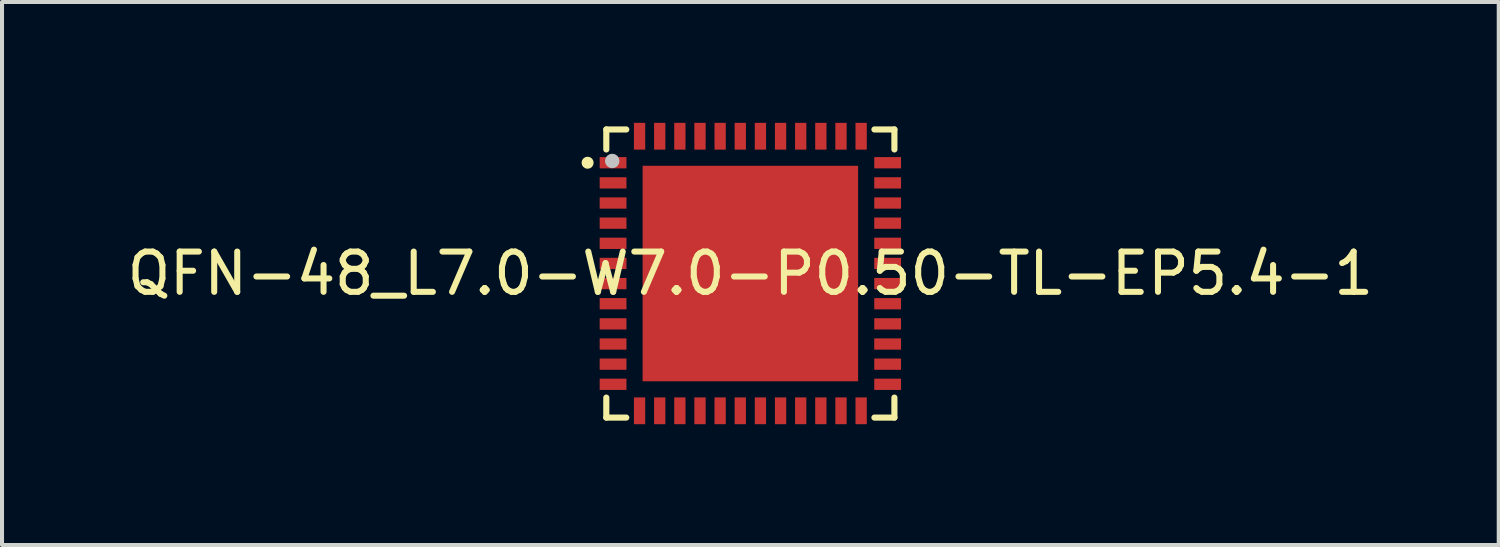
<source format=kicad_pcb>
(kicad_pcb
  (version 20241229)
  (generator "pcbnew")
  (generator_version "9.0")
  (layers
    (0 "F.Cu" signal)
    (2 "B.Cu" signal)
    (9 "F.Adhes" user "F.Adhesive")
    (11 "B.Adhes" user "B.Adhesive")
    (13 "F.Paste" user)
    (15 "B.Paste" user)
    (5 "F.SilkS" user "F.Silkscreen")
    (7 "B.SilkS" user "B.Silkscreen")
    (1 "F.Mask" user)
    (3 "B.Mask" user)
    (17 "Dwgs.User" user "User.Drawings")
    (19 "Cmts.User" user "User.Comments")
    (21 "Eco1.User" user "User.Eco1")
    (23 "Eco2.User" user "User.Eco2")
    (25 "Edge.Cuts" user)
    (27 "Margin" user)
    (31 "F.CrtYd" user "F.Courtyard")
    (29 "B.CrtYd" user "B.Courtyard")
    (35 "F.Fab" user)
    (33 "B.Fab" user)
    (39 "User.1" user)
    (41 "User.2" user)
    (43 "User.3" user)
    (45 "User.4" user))
  (footprint "QFN-48_L7.0-W7.0-P0.50-TL-EP5.4-1"
    (layer "F.Cu")
    (at 15.577 3.74)
    (property "Reference" "QFN-48_L7.0-W7.0-P0.50-TL-EP5.4-1" (at 0 0 0) (layer "F.SilkS") (effects (font (size 1 1) (thickness 0.15))))
    (fp_line (start -3.576 -3.576) (end -3.576 -3.08) (stroke (width 0.152) (type default)) (layer "F.SilkS"))
    (fp_line (start -3.576 3.576) (end -3.576 3.08) (stroke (width 0.152) (type default)) (layer "F.SilkS"))
    (fp_line (start -3.08 -3.576) (end -3.576 -3.576) (stroke (width 0.152) (type default)) (layer "F.SilkS"))
    (fp_line (start -3.08 3.576) (end -3.576 3.576) (stroke (width 0.152) (type default)) (layer "F.SilkS"))
    (fp_line (start 3.08 -3.576) (end 3.576 -3.576) (stroke (width 0.152) (type default)) (layer "F.SilkS"))
    (fp_line (start 3.08 3.576) (end 3.576 3.576) (stroke (width 0.152) (type default)) (layer "F.SilkS"))
    (fp_line (start 3.576 -3.576) (end 3.576 -3.08) (stroke (width 0.152) (type default)) (layer "F.SilkS"))
    (fp_line (start 3.576 3.576) (end 3.576 3.08) (stroke (width 0.152) (type default)) (layer "F.SilkS"))
    (fp_circle (center -4.04 -2.75) (end -3.965 -2.75) (stroke (width 0.15) (type default)) (fill no) (layer "F.SilkS"))
    (fp_poly (pts (xy -3.075 -2.61) (xy -3.075 -2.89) (xy -3.74 -2.89) (xy -3.74 -2.61)) (stroke (width 0) (type default)) (fill yes) (layer "F.Paste"))
    (fp_poly (pts (xy -3.075 -2.11) (xy -3.075 -2.39) (xy -3.74 -2.39) (xy -3.74 -2.11)) (stroke (width 0) (type default)) (fill yes) (layer "F.Paste"))
    (fp_poly (pts (xy -3.075 -1.61) (xy -3.075 -1.89) (xy -3.74 -1.89) (xy -3.74 -1.61)) (stroke (width 0) (type default)) (fill yes) (layer "F.Paste"))
    (fp_poly (pts (xy -3.075 -1.11) (xy -3.075 -1.39) (xy -3.74 -1.39) (xy -3.74 -1.11)) (stroke (width 0) (type default)) (fill yes) (layer "F.Paste"))
    (fp_poly (pts (xy -3.075 -0.61) (xy -3.075 -0.89) (xy -3.74 -0.89) (xy -3.74 -0.61)) (stroke (width 0) (type default)) (fill yes) (layer "F.Paste"))
    (fp_poly (pts (xy -3.075 -0.11) (xy -3.075 -0.39) (xy -3.74 -0.39) (xy -3.74 -0.11)) (stroke (width 0) (type default)) (fill yes) (layer "F.Paste"))
    (fp_poly (pts (xy -3.075 0.39) (xy -3.075 0.11) (xy -3.74 0.11) (xy -3.74 0.39)) (stroke (width 0) (type default)) (fill yes) (layer "F.Paste"))
    (fp_poly (pts (xy -3.075 0.89) (xy -3.075 0.61) (xy -3.74 0.61) (xy -3.74 0.89)) (stroke (width 0) (type default)) (fill yes) (layer "F.Paste"))
    (fp_poly (pts (xy -3.075 1.39) (xy -3.075 1.11) (xy -3.74 1.11) (xy -3.74 1.39)) (stroke (width 0) (type default)) (fill yes) (layer "F.Paste"))
    (fp_poly (pts (xy -3.075 1.89) (xy -3.075 1.61) (xy -3.74 1.61) (xy -3.74 1.89)) (stroke (width 0) (type default)) (fill yes) (layer "F.Paste"))
    (fp_poly (pts (xy -3.075 2.39) (xy -3.075 2.11) (xy -3.74 2.11) (xy -3.74 2.39)) (stroke (width 0) (type default)) (fill yes) (layer "F.Paste"))
    (fp_poly (pts (xy -3.075 2.89) (xy -3.075 2.61) (xy -3.74 2.61) (xy -3.74 2.89)) (stroke (width 0) (type default)) (fill yes) (layer "F.Paste"))
    (fp_poly (pts (xy -2.89 -3.74) (xy -2.89 -3.075) (xy -2.61 -3.075) (xy -2.61 -3.74)) (stroke (width 0) (type default)) (fill yes) (layer "F.Paste"))
    (fp_poly (pts (xy -2.89 3.075) (xy -2.89 3.74) (xy -2.61 3.74) (xy -2.61 3.075)) (stroke (width 0) (type default)) (fill yes) (layer "F.Paste"))
    (fp_poly (pts (xy -2.39 -3.74) (xy -2.39 -3.075) (xy -2.11 -3.075) (xy -2.11 -3.74)) (stroke (width 0) (type default)) (fill yes) (layer "F.Paste"))
    (fp_poly (pts (xy -2.11 3.74) (xy -2.11 3.075) (xy -2.39 3.075) (xy -2.39 3.74)) (stroke (width 0) (type default)) (fill yes) (layer "F.Paste"))
    (fp_poly (pts (xy -1.89 -3.74) (xy -1.89 -3.075) (xy -1.61 -3.075) (xy -1.61 -3.74)) (stroke (width 0) (type default)) (fill yes) (layer "F.Paste"))
    (fp_poly (pts (xy -1.61 3.74) (xy -1.61 3.075) (xy -1.89 3.075) (xy -1.89 3.74)) (stroke (width 0) (type default)) (fill yes) (layer "F.Paste"))
    (fp_poly (pts (xy -1.11 -3.075) (xy -1.11 -3.74) (xy -1.39 -3.74) (xy -1.39 -3.075)) (stroke (width 0) (type default)) (fill yes) (layer "F.Paste"))
    (fp_poly (pts (xy -1.11 3.74) (xy -1.11 3.075) (xy -1.39 3.075) (xy -1.39 3.74)) (stroke (width 0) (type default)) (fill yes) (layer "F.Paste"))
    (fp_poly (pts (xy -0.61 -3.075) (xy -0.61 -3.74) (xy -0.89 -3.74) (xy -0.89 -3.075)) (stroke (width 0) (type default)) (fill yes) (layer "F.Paste"))
    (fp_poly (pts (xy -0.61 3.74) (xy -0.61 3.075) (xy -0.89 3.075) (xy -0.89 3.74)) (stroke (width 0) (type default)) (fill yes) (layer "F.Paste"))
    (fp_poly (pts (xy -0.11 -3.075) (xy -0.11 -3.74) (xy -0.39 -3.74) (xy -0.39 -3.075)) (stroke (width 0) (type default)) (fill yes) (layer "F.Paste"))
    (fp_poly (pts (xy -0.11 3.74) (xy -0.11 3.075) (xy -0.39 3.075) (xy -0.39 3.74)) (stroke (width 0) (type default)) (fill yes) (layer "F.Paste"))
    (fp_poly (pts (xy 0.39 -3.075) (xy 0.39 -3.74) (xy 0.11 -3.74) (xy 0.11 -3.075)) (stroke (width 0) (type default)) (fill yes) (layer "F.Paste"))
    (fp_poly (pts (xy 0.39 3.74) (xy 0.39 3.075) (xy 0.11 3.075) (xy 0.11 3.74)) (stroke (width 0) (type default)) (fill yes) (layer "F.Paste"))
    (fp_poly (pts (xy 0.89 -3.075) (xy 0.89 -3.74) (xy 0.61 -3.74) (xy 0.61 -3.075)) (stroke (width 0) (type default)) (fill yes) (layer "F.Paste"))
    (fp_poly (pts (xy 0.89 3.74) (xy 0.89 3.075) (xy 0.61 3.075) (xy 0.61 3.74)) (stroke (width 0) (type default)) (fill yes) (layer "F.Paste"))
    (fp_poly (pts (xy 1.39 -3.075) (xy 1.39 -3.74) (xy 1.11 -3.74) (xy 1.11 -3.075)) (stroke (width 0) (type default)) (fill yes) (layer "F.Paste"))
    (fp_poly (pts (xy 1.39 3.74) (xy 1.39 3.075) (xy 1.11 3.075) (xy 1.11 3.74)) (stroke (width 0) (type default)) (fill yes) (layer "F.Paste"))
    (fp_poly (pts (xy 1.61 3.075) (xy 1.61 3.74) (xy 1.89 3.74) (xy 1.89 3.075)) (stroke (width 0) (type default)) (fill yes) (layer "F.Paste"))
    (fp_poly (pts (xy 1.89 -3.075) (xy 1.89 -3.74) (xy 1.61 -3.74) (xy 1.61 -3.075)) (stroke (width 0) (type default)) (fill yes) (layer "F.Paste"))
    (fp_poly (pts (xy 2.11 3.075) (xy 2.11 3.74) (xy 2.39 3.74) (xy 2.39 3.075)) (stroke (width 0) (type default)) (fill yes) (layer "F.Paste"))
    (fp_poly (pts (xy 2.14 2.14) (xy 2.14 -2.14) (xy -2.14 -2.14) (xy -2.14 2.14)) (stroke (width 0) (type default)) (fill yes) (layer "F.Paste"))
    (fp_poly (pts (xy 2.39 -3.075) (xy 2.39 -3.74) (xy 2.11 -3.74) (xy 2.11 -3.075)) (stroke (width 0) (type default)) (fill yes) (layer "F.Paste"))
    (fp_poly (pts (xy 2.61 3.075) (xy 2.61 3.74) (xy 2.89 3.74) (xy 2.89 3.075)) (stroke (width 0) (type default)) (fill yes) (layer "F.Paste"))
    (fp_poly (pts (xy 2.89 -3.075) (xy 2.89 -3.74) (xy 2.61 -3.74) (xy 2.61 -3.075)) (stroke (width 0) (type default)) (fill yes) (layer "F.Paste"))
    (fp_poly (pts (xy 3.075 -2.89) (xy 3.075 -2.61) (xy 3.74 -2.61) (xy 3.74 -2.89)) (stroke (width 0) (type default)) (fill yes) (layer "F.Paste"))
    (fp_poly (pts (xy 3.075 -2.39) (xy 3.075 -2.11) (xy 3.74 -2.11) (xy 3.74 -2.39)) (stroke (width 0) (type default)) (fill yes) (layer "F.Paste"))
    (fp_poly (pts (xy 3.075 -1.89) (xy 3.075 -1.61) (xy 3.74 -1.61) (xy 3.74 -1.89)) (stroke (width 0) (type default)) (fill yes) (layer "F.Paste"))
    (fp_poly (pts (xy 3.075 -1.39) (xy 3.075 -1.11) (xy 3.74 -1.11) (xy 3.74 -1.39)) (stroke (width 0) (type default)) (fill yes) (layer "F.Paste"))
    (fp_poly (pts (xy 3.075 -0.89) (xy 3.075 -0.61) (xy 3.74 -0.61) (xy 3.74 -0.89)) (stroke (width 0) (type default)) (fill yes) (layer "F.Paste"))
    (fp_poly (pts (xy 3.075 0.11) (xy 3.075 0.39) (xy 3.74 0.39) (xy 3.74 0.11)) (stroke (width 0) (type default)) (fill yes) (layer "F.Paste"))
    (fp_poly (pts (xy 3.075 0.61) (xy 3.075 0.89) (xy 3.74 0.89) (xy 3.74 0.61)) (stroke (width 0) (type default)) (fill yes) (layer "F.Paste"))
    (fp_poly (pts (xy 3.075 1.11) (xy 3.075 1.39) (xy 3.74 1.39) (xy 3.74 1.11)) (stroke (width 0) (type default)) (fill yes) (layer "F.Paste"))
    (fp_poly (pts (xy 3.075 1.61) (xy 3.075 1.89) (xy 3.74 1.89) (xy 3.74 1.61)) (stroke (width 0) (type default)) (fill yes) (layer "F.Paste"))
    (fp_poly (pts (xy 3.075 2.11) (xy 3.075 2.39) (xy 3.74 2.39) (xy 3.74 2.11)) (stroke (width 0) (type default)) (fill yes) (layer "F.Paste"))
    (fp_poly (pts (xy 3.075 2.61) (xy 3.075 2.89) (xy 3.74 2.89) (xy 3.74 2.61)) (stroke (width 0) (type default)) (fill yes) (layer "F.Paste"))
    (fp_poly (pts (xy 3.74 -0.11) (xy 3.74 -0.39) (xy 3.075 -0.39) (xy 3.075 -0.11)) (stroke (width 0) (type default)) (fill yes) (layer "F.Paste"))
    (fp_circle (center -3.429 -2.794) (end -3.339 -2.794) (stroke (width 0.18) (type default)) (fill no) (layer "Dwgs.User"))
    (fp_poly (pts (xy -3.1 -2.65) (xy -3.5 -2.65) (xy -3.5 -2.85) (xy -3.1 -2.85)) (stroke (width 0.1) (type default)) (fill no) (layer "User.1"))
    (fp_poly (pts (xy -3.1 -2.15) (xy -3.5 -2.15) (xy -3.5 -2.35) (xy -3.1 -2.35)) (stroke (width 0.1) (type default)) (fill no) (layer "User.1"))
    (fp_poly (pts (xy -3.1 -1.65) (xy -3.5 -1.65) (xy -3.5 -1.85) (xy -3.1 -1.85)) (stroke (width 0.1) (type default)) (fill no) (layer "User.1"))
    (fp_poly (pts (xy -3.1 -1.15) (xy -3.5 -1.15) (xy -3.5 -1.35) (xy -3.1 -1.35)) (stroke (width 0.1) (type default)) (fill no) (layer "User.1"))
    (fp_poly (pts (xy -3.1 -0.65) (xy -3.5 -0.65) (xy -3.5 -0.85) (xy -3.1 -0.85)) (stroke (width 0.1) (type default)) (fill no) (layer "User.1"))
    (fp_poly (pts (xy -3.1 -0.15) (xy -3.5 -0.15) (xy -3.5 -0.35) (xy -3.1 -0.35)) (stroke (width 0.1) (type default)) (fill no) (layer "User.1"))
    (fp_poly (pts (xy -3.1 0.35) (xy -3.5 0.35) (xy -3.5 0.15) (xy -3.1 0.15)) (stroke (width 0.1) (type default)) (fill no) (layer "User.1"))
    (fp_poly (pts (xy -3.1 0.85) (xy -3.5 0.85) (xy -3.5 0.65) (xy -3.1 0.65)) (stroke (width 0.1) (type default)) (fill no) (layer "User.1"))
    (fp_poly (pts (xy -3.1 1.35) (xy -3.5 1.35) (xy -3.5 1.15) (xy -3.1 1.15)) (stroke (width 0.1) (type default)) (fill no) (layer "User.1"))
    (fp_poly (pts (xy -3.1 1.85) (xy -3.5 1.85) (xy -3.5 1.65) (xy -3.1 1.65)) (stroke (width 0.1) (type default)) (fill no) (layer "User.1"))
    (fp_poly (pts (xy -3.1 2.35) (xy -3.5 2.35) (xy -3.5 2.15) (xy -3.1 2.15)) (stroke (width 0.1) (type default)) (fill no) (layer "User.1"))
    (fp_poly (pts (xy -3.1 2.85) (xy -3.5 2.85) (xy -3.5 2.65) (xy -3.1 2.65)) (stroke (width 0.1) (type default)) (fill no) (layer "User.1"))
    (fp_poly (pts (xy -2.85 -3.1) (xy -2.85 -3.5) (xy -2.65 -3.5) (xy -2.65 -3.1)) (stroke (width 0.1) (type default)) (fill no) (layer "User.1"))
    (fp_poly (pts (xy -2.675 -2.675) (xy 2.675 -2.675) (xy 2.675 2.675) (xy -2.675 2.675)) (stroke (width 0.1) (type default)) (fill no) (layer "User.1"))
    (fp_poly (pts (xy -2.65 3.1) (xy -2.65 3.5) (xy -2.85 3.5) (xy -2.85 3.1)) (stroke (width 0.1) (type default)) (fill no) (layer "User.1"))
    (fp_poly (pts (xy -2.35 -3.1) (xy -2.35 -3.5) (xy -2.15 -3.5) (xy -2.15 -3.1)) (stroke (width 0.1) (type default)) (fill no) (layer "User.1"))
    (fp_poly (pts (xy -2.15 3.1) (xy -2.15 3.5) (xy -2.35 3.5) (xy -2.35 3.1)) (stroke (width 0.1) (type default)) (fill no) (layer "User.1"))
    (fp_poly (pts (xy -1.85 -3.1) (xy -1.85 -3.5) (xy -1.65 -3.5) (xy -1.65 -3.1)) (stroke (width 0.1) (type default)) (fill no) (layer "User.1"))
    (fp_poly (pts (xy -1.65 3.1) (xy -1.65 3.5) (xy -1.85 3.5) (xy -1.85 3.1)) (stroke (width 0.1) (type default)) (fill no) (layer "User.1"))
    (fp_poly (pts (xy -1.35 -3.1) (xy -1.35 -3.5) (xy -1.15 -3.5) (xy -1.15 -3.1)) (stroke (width 0.1) (type default)) (fill no) (layer "User.1"))
    (fp_poly (pts (xy -1.15 3.1) (xy -1.15 3.5) (xy -1.35 3.5) (xy -1.35 3.1)) (stroke (width 0.1) (type default)) (fill no) (layer "User.1"))
    (fp_poly (pts (xy -0.85 -3.1) (xy -0.85 -3.5) (xy -0.65 -3.5) (xy -0.65 -3.1)) (stroke (width 0.1) (type default)) (fill no) (layer "User.1"))
    (fp_poly (pts (xy -0.65 3.1) (xy -0.65 3.5) (xy -0.85 3.5) (xy -0.85 3.1)) (stroke (width 0.1) (type default)) (fill no) (layer "User.1"))
    (fp_poly (pts (xy -0.35 -3.1) (xy -0.35 -3.5) (xy -0.15 -3.5) (xy -0.15 -3.1)) (stroke (width 0.1) (type default)) (fill no) (layer "User.1"))
    (fp_poly (pts (xy -0.15 3.1) (xy -0.15 3.5) (xy -0.35 3.5) (xy -0.35 3.1)) (stroke (width 0.1) (type default)) (fill no) (layer "User.1"))
    (fp_poly (pts (xy 0.15 -3.1) (xy 0.15 -3.5) (xy 0.35 -3.5) (xy 0.35 -3.1)) (stroke (width 0.1) (type default)) (fill no) (layer "User.1"))
    (fp_poly (pts (xy 0.35 3.1) (xy 0.35 3.5) (xy 0.15 3.5) (xy 0.15 3.1)) (stroke (width 0.1) (type default)) (fill no) (layer "User.1"))
    (fp_poly (pts (xy 0.65 -3.1) (xy 0.65 -3.5) (xy 0.85 -3.5) (xy 0.85 -3.1)) (stroke (width 0.1) (type default)) (fill no) (layer "User.1"))
    (fp_poly (pts (xy 0.85 3.1) (xy 0.85 3.5) (xy 0.65 3.5) (xy 0.65 3.1)) (stroke (width 0.1) (type default)) (fill no) (layer "User.1"))
    (fp_poly (pts (xy 1.15 -3.1) (xy 1.15 -3.5) (xy 1.35 -3.5) (xy 1.35 -3.1)) (stroke (width 0.1) (type default)) (fill no) (layer "User.1"))
    (fp_poly (pts (xy 1.35 3.1) (xy 1.35 3.5) (xy 1.15 3.5) (xy 1.15 3.1)) (stroke (width 0.1) (type default)) (fill no) (layer "User.1"))
    (fp_poly (pts (xy 1.65 -3.1) (xy 1.65 -3.5) (xy 1.85 -3.5) (xy 1.85 -3.1)) (stroke (width 0.1) (type default)) (fill no) (layer "User.1"))
    (fp_poly (pts (xy 1.85 3.1) (xy 1.85 3.5) (xy 1.65 3.5) (xy 1.65 3.1)) (stroke (width 0.1) (type default)) (fill no) (layer "User.1"))
    (fp_poly (pts (xy 2.15 -3.1) (xy 2.15 -3.5) (xy 2.35 -3.5) (xy 2.35 -3.1)) (stroke (width 0.1) (type default)) (fill no) (layer "User.1"))
    (fp_poly (pts (xy 2.35 3.1) (xy 2.35 3.5) (xy 2.15 3.5) (xy 2.15 3.1)) (stroke (width 0.1) (type default)) (fill no) (layer "User.1"))
    (fp_poly (pts (xy 2.65 -3.1) (xy 2.65 -3.5) (xy 2.85 -3.5) (xy 2.85 -3.1)) (stroke (width 0.1) (type default)) (fill no) (layer "User.1"))
    (fp_poly (pts (xy 2.85 3.1) (xy 2.85 3.5) (xy 2.65 3.5) (xy 2.65 3.1)) (stroke (width 0.1) (type default)) (fill no) (layer "User.1"))
    (fp_poly (pts (xy 3.1 -2.85) (xy 3.5 -2.85) (xy 3.5 -2.65) (xy 3.1 -2.65)) (stroke (width 0.1) (type default)) (fill no) (layer "User.1"))
    (fp_poly (pts (xy 3.1 -2.35) (xy 3.5 -2.35) (xy 3.5 -2.15) (xy 3.1 -2.15)) (stroke (width 0.1) (type default)) (fill no) (layer "User.1"))
    (fp_poly (pts (xy 3.1 -1.85) (xy 3.5 -1.85) (xy 3.5 -1.65) (xy 3.1 -1.65)) (stroke (width 0.1) (type default)) (fill no) (layer "User.1"))
    (fp_poly (pts (xy 3.1 -1.35) (xy 3.5 -1.35) (xy 3.5 -1.15) (xy 3.1 -1.15)) (stroke (width 0.1) (type default)) (fill no) (layer "User.1"))
    (fp_poly (pts (xy 3.1 -0.85) (xy 3.5 -0.85) (xy 3.5 -0.65) (xy 3.1 -0.65)) (stroke (width 0.1) (type default)) (fill no) (layer "User.1"))
    (fp_poly (pts (xy 3.1 -0.35) (xy 3.5 -0.35) (xy 3.5 -0.15) (xy 3.1 -0.15)) (stroke (width 0.1) (type default)) (fill no) (layer "User.1"))
    (fp_poly (pts (xy 3.1 0.15) (xy 3.5 0.15) (xy 3.5 0.35) (xy 3.1 0.35)) (stroke (width 0.1) (type default)) (fill no) (layer "User.1"))
    (fp_poly (pts (xy 3.1 0.65) (xy 3.5 0.65) (xy 3.5 0.85) (xy 3.1 0.85)) (stroke (width 0.1) (type default)) (fill no) (layer "User.1"))
    (fp_poly (pts (xy 3.1 1.15) (xy 3.5 1.15) (xy 3.5 1.35) (xy 3.1 1.35)) (stroke (width 0.1) (type default)) (fill no) (layer "User.1"))
    (fp_poly (pts (xy 3.1 1.65) (xy 3.5 1.65) (xy 3.5 1.85) (xy 3.1 1.85)) (stroke (width 0.1) (type default)) (fill no) (layer "User.1"))
    (fp_poly (pts (xy 3.1 2.15) (xy 3.5 2.15) (xy 3.5 2.35) (xy 3.1 2.35)) (stroke (width 0.1) (type default)) (fill no) (layer "User.1"))
    (fp_poly (pts (xy 3.1 2.65) (xy 3.5 2.65) (xy 3.5 2.85) (xy 3.1 2.85)) (stroke (width 0.1) (type default)) (fill no) (layer "User.1"))
    (fp_line (start -3.5 -3.5) (end 3.5 -3.5) (stroke (width 0.051) (type default)) (layer "User.2"))
    (fp_line (start -3.5 3.5) (end -3.5 -3.5) (stroke (width 0.051) (type default)) (layer "User.2"))
    (fp_line (start 3.5 -3.5) (end 3.5 3.5) (stroke (width 0.051) (type default)) (layer "User.2"))
    (fp_line (start 3.5 3.5) (end -3.5 3.5) (stroke (width 0.051) (type default)) (layer "User.2"))
    (fp_poly (pts (xy -3.44 -3.5) (xy -3.458 -3.542) (xy -3.5 -3.56) (xy -3.542 -3.542) (xy -3.56 -3.5) (xy -3.542 -3.458) (xy -3.5 -3.44) (xy -3.458 -3.458)) (stroke (width 0.1) (type default)) (fill no) (layer "User.3"))
    (pad "1" smd rect (at -3.408 -2.75) (size 0.665 0.28) (layers "F.Cu" "F.Mask" "F.Paste"))
    (pad "2" smd rect (at -3.408 -2.25) (size 0.665 0.28) (layers "F.Cu" "F.Mask" "F.Paste"))
    (pad "3" smd rect (at -3.408 -1.75) (size 0.665 0.28) (layers "F.Cu" "F.Mask" "F.Paste"))
    (pad "4" smd rect (at -3.408 -1.25) (size 0.665 0.28) (layers "F.Cu" "F.Mask" "F.Paste"))
    (pad "5" smd rect (at -3.408 -0.75) (size 0.665 0.28) (layers "F.Cu" "F.Mask" "F.Paste"))
    (pad "6" smd rect (at -3.408 -0.25) (size 0.665 0.28) (layers "F.Cu" "F.Mask" "F.Paste"))
    (pad "7" smd rect (at -3.408 0.25) (size 0.665 0.28) (layers "F.Cu" "F.Mask" "F.Paste"))
    (pad "8" smd rect (at -3.408 0.75) (size 0.665 0.28) (layers "F.Cu" "F.Mask" "F.Paste"))
    (pad "9" smd rect (at -3.408 1.25) (size 0.665 0.28) (layers "F.Cu" "F.Mask" "F.Paste"))
    (pad "10" smd rect (at -3.408 1.75) (size 0.665 0.28) (layers "F.Cu" "F.Mask" "F.Paste"))
    (pad "11" smd rect (at -3.408 2.25) (size 0.665 0.28) (layers "F.Cu" "F.Mask" "F.Paste"))
    (pad "12" smd rect (at -3.408 2.75) (size 0.665 0.28) (layers "F.Cu" "F.Mask" "F.Paste"))
    (pad "13" smd rect (at -2.75 3.408) (size 0.28 0.665) (layers "F.Cu" "F.Mask" "F.Paste"))
    (pad "14" smd rect (at -2.25 3.408) (size 0.28 0.665) (layers "F.Cu" "F.Mask" "F.Paste"))
    (pad "15" smd rect (at -1.75 3.408) (size 0.28 0.665) (layers "F.Cu" "F.Mask" "F.Paste"))
    (pad "16" smd rect (at -1.25 3.408) (size 0.28 0.665) (layers "F.Cu" "F.Mask" "F.Paste"))
    (pad "17" smd rect (at -0.75 3.408) (size 0.28 0.665) (layers "F.Cu" "F.Mask" "F.Paste"))
    (pad "18" smd rect (at -0.25 3.408) (size 0.28 0.665) (layers "F.Cu" "F.Mask" "F.Paste"))
    (pad "19" smd rect (at 0.25 3.408) (size 0.28 0.665) (layers "F.Cu" "F.Mask" "F.Paste"))
    (pad "20" smd rect (at 0.75 3.408) (size 0.28 0.665) (layers "F.Cu" "F.Mask" "F.Paste"))
    (pad "21" smd rect (at 1.25 3.408) (size 0.28 0.665) (layers "F.Cu" "F.Mask" "F.Paste"))
    (pad "22" smd rect (at 1.75 3.408) (size 0.28 0.665) (layers "F.Cu" "F.Mask" "F.Paste"))
    (pad "23" smd rect (at 2.25 3.408) (size 0.28 0.665) (layers "F.Cu" "F.Mask" "F.Paste"))
    (pad "24" smd rect (at 2.75 3.408) (size 0.28 0.665) (layers "F.Cu" "F.Mask" "F.Paste"))
    (pad "25" smd rect (at 3.408 2.75) (size 0.665 0.28) (layers "F.Cu" "F.Mask" "F.Paste"))
    (pad "26" smd rect (at 3.408 2.25) (size 0.665 0.28) (layers "F.Cu" "F.Mask" "F.Paste"))
    (pad "27" smd rect (at 3.408 1.75) (size 0.665 0.28) (layers "F.Cu" "F.Mask" "F.Paste"))
    (pad "28" smd rect (at 3.408 1.25) (size 0.665 0.28) (layers "F.Cu" "F.Mask" "F.Paste"))
    (pad "29" smd rect (at 3.408 0.75) (size 0.665 0.28) (layers "F.Cu" "F.Mask" "F.Paste"))
    (pad "30" smd rect (at 3.408 0.25) (size 0.665 0.28) (layers "F.Cu" "F.Mask" "F.Paste"))
    (pad "31" smd rect (at 3.408 -0.25) (size 0.665 0.28) (layers "F.Cu" "F.Mask" "F.Paste"))
    (pad "32" smd rect (at 3.408 -0.75) (size 0.665 0.28) (layers "F.Cu" "F.Mask" "F.Paste"))
    (pad "33" smd rect (at 3.408 -1.25) (size 0.665 0.28) (layers "F.Cu" "F.Mask" "F.Paste"))
    (pad "34" smd rect (at 3.408 -1.75) (size 0.665 0.28) (layers "F.Cu" "F.Mask" "F.Paste"))
    (pad "35" smd rect (at 3.408 -2.25) (size 0.665 0.28) (layers "F.Cu" "F.Mask" "F.Paste"))
    (pad "36" smd rect (at 3.408 -2.75) (size 0.665 0.28) (layers "F.Cu" "F.Mask" "F.Paste"))
    (pad "37" smd rect (at 2.75 -3.408) (size 0.28 0.665) (layers "F.Cu" "F.Mask" "F.Paste"))
    (pad "38" smd rect (at 2.25 -3.408) (size 0.28 0.665) (layers "F.Cu" "F.Mask" "F.Paste"))
    (pad "39" smd rect (at 1.75 -3.408) (size 0.28 0.665) (layers "F.Cu" "F.Mask" "F.Paste"))
    (pad "40" smd rect (at 1.25 -3.408) (size 0.28 0.665) (layers "F.Cu" "F.Mask" "F.Paste"))
    (pad "41" smd rect (at 0.75 -3.408) (size 0.28 0.665) (layers "F.Cu" "F.Mask" "F.Paste"))
    (pad "42" smd rect (at 0.25 -3.408) (size 0.28 0.665) (layers "F.Cu" "F.Mask" "F.Paste"))
    (pad "43" smd rect (at -0.25 -3.408) (size 0.28 0.665) (layers "F.Cu" "F.Mask" "F.Paste"))
    (pad "44" smd rect (at -0.75 -3.408) (size 0.28 0.665) (layers "F.Cu" "F.Mask" "F.Paste"))
    (pad "45" smd rect (at -1.25 -3.408) (size 0.28 0.665) (layers "F.Cu" "F.Mask" "F.Paste"))
    (pad "46" smd rect (at -1.75 -3.408) (size 0.28 0.665) (layers "F.Cu" "F.Mask" "F.Paste"))
    (pad "47" smd rect (at -2.25 -3.408) (size 0.28 0.665) (layers "F.Cu" "F.Mask" "F.Paste"))
    (pad "48" smd rect (at -2.75 -3.408) (size 0.28 0.665) (layers "F.Cu" "F.Mask" "F.Paste"))
    (pad "49" smd rect (at 0 0) (size 5.35 5.35) (layers "F.Cu" "F.Mask" "F.Paste")))
  (gr_rect
    (start -3 -3)
    (end 34.155 10.48)
    (stroke (width 0.1) (type default))
    (fill no)
    (layer "Edge.Cuts")))
</source>
